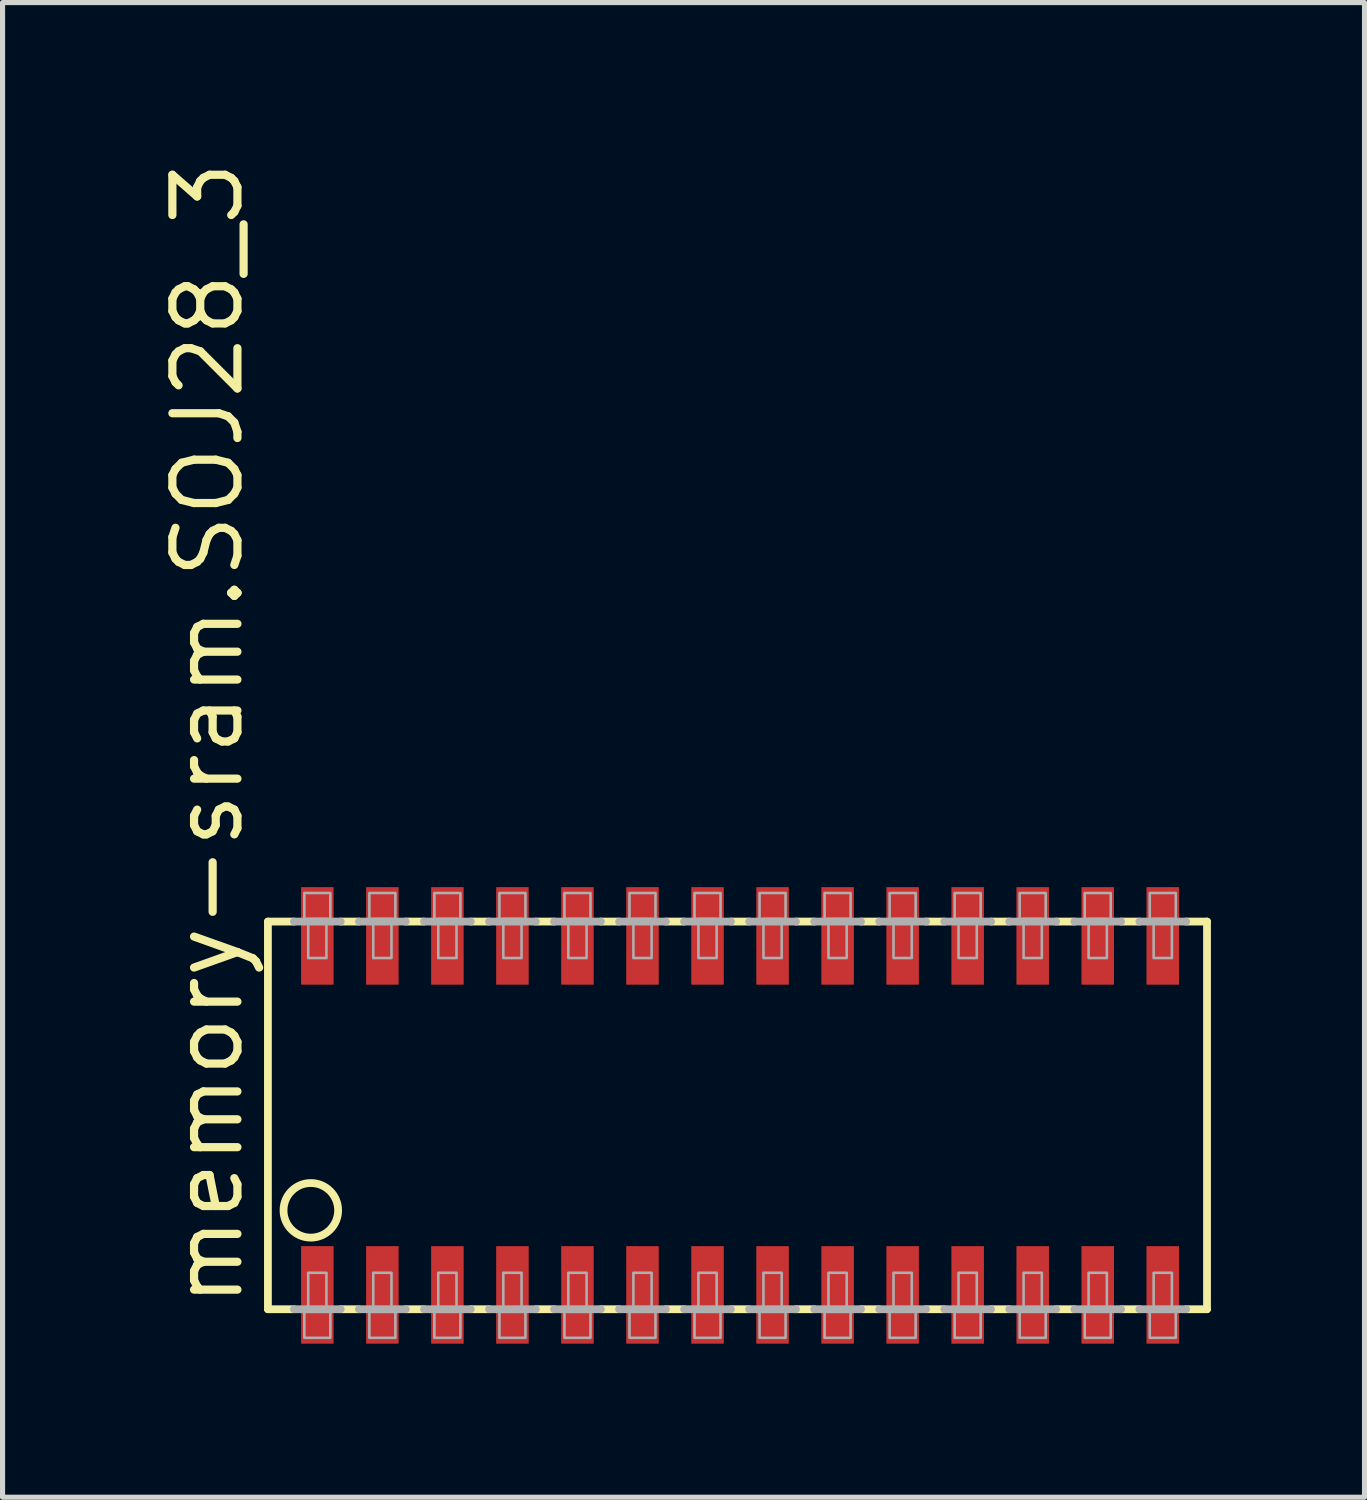
<source format=kicad_pcb>
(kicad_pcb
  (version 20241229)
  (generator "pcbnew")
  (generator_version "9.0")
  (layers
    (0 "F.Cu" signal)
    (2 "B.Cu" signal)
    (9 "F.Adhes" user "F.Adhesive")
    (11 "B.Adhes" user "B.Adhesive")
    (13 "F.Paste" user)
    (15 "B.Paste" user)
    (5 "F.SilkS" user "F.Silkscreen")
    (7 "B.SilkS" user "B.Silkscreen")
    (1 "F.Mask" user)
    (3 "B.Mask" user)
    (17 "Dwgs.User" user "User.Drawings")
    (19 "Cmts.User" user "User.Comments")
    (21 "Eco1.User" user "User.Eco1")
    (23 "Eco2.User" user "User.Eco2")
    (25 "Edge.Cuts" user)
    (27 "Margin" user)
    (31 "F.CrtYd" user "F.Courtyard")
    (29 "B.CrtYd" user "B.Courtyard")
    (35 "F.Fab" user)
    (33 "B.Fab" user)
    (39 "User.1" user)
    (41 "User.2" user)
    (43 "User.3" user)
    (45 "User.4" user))
  (footprint "memory-sram.SOJ28_3"
    (layer "F.Cu")
    (at 11.402 18.732)
    (property "Reference" "memory-sram.SOJ28_3" (at -9.652 3.81 90) (layer "F.SilkS") (effects (font (size 1.27 1.27) (thickness 0.16)) (justify left bottom)))
    (attr smd)
    (fp_line (start -9.22 -3.785) (end -9.22 3.785) (stroke (width 0.152) (type default)) (layer "F.SilkS"))
    (fp_line (start -9.22 -3.785) (end -8.712 -3.785) (stroke (width 0.152) (type default)) (layer "F.SilkS"))
    (fp_line (start -9.22 3.785) (end -8.712 3.785) (stroke (width 0.152) (type default)) (layer "F.SilkS"))
    (fp_line (start -7.798 -3.785) (end -7.442 -3.785) (stroke (width 0.152) (type default)) (layer "F.SilkS"))
    (fp_line (start -7.442 3.785) (end -7.798 3.785) (stroke (width 0.152) (type default)) (layer "F.SilkS"))
    (fp_line (start -6.528 -3.785) (end -6.172 -3.785) (stroke (width 0.152) (type default)) (layer "F.SilkS"))
    (fp_line (start -6.172 3.785) (end -6.528 3.785) (stroke (width 0.152) (type default)) (layer "F.SilkS"))
    (fp_line (start -5.258 -3.785) (end -4.902 -3.785) (stroke (width 0.152) (type default)) (layer "F.SilkS"))
    (fp_line (start -4.902 3.785) (end -5.258 3.785) (stroke (width 0.152) (type default)) (layer "F.SilkS"))
    (fp_line (start -3.988 -3.785) (end -3.632 -3.785) (stroke (width 0.152) (type default)) (layer "F.SilkS"))
    (fp_line (start -3.632 3.785) (end -3.988 3.785) (stroke (width 0.152) (type default)) (layer "F.SilkS"))
    (fp_line (start -2.718 -3.785) (end -2.362 -3.785) (stroke (width 0.152) (type default)) (layer "F.SilkS"))
    (fp_line (start -2.362 3.785) (end -2.718 3.785) (stroke (width 0.152) (type default)) (layer "F.SilkS"))
    (fp_line (start -1.448 -3.785) (end -1.092 -3.785) (stroke (width 0.152) (type default)) (layer "F.SilkS"))
    (fp_line (start -1.092 3.785) (end -1.448 3.785) (stroke (width 0.152) (type default)) (layer "F.SilkS"))
    (fp_line (start -0.178 -3.785) (end 0.178 -3.785) (stroke (width 0.152) (type default)) (layer "F.SilkS"))
    (fp_line (start 0.178 3.785) (end -0.178 3.785) (stroke (width 0.152) (type default)) (layer "F.SilkS"))
    (fp_line (start 1.092 -3.785) (end 1.448 -3.785) (stroke (width 0.152) (type default)) (layer "F.SilkS"))
    (fp_line (start 1.448 3.785) (end 1.092 3.785) (stroke (width 0.152) (type default)) (layer "F.SilkS"))
    (fp_line (start 2.362 -3.785) (end 2.718 -3.785) (stroke (width 0.152) (type default)) (layer "F.SilkS"))
    (fp_line (start 2.718 3.785) (end 2.362 3.785) (stroke (width 0.152) (type default)) (layer "F.SilkS"))
    (fp_line (start 3.632 -3.785) (end 3.988 -3.785) (stroke (width 0.152) (type default)) (layer "F.SilkS"))
    (fp_line (start 3.988 3.785) (end 3.632 3.785) (stroke (width 0.152) (type default)) (layer "F.SilkS"))
    (fp_line (start 4.902 -3.785) (end 5.258 -3.785) (stroke (width 0.152) (type default)) (layer "F.SilkS"))
    (fp_line (start 5.258 3.785) (end 4.902 3.785) (stroke (width 0.152) (type default)) (layer "F.SilkS"))
    (fp_line (start 6.172 -3.785) (end 6.528 -3.785) (stroke (width 0.152) (type default)) (layer "F.SilkS"))
    (fp_line (start 6.528 3.785) (end 6.172 3.785) (stroke (width 0.152) (type default)) (layer "F.SilkS"))
    (fp_line (start 7.442 -3.785) (end 7.798 -3.785) (stroke (width 0.152) (type default)) (layer "F.SilkS"))
    (fp_line (start 7.798 3.785) (end 7.442 3.785) (stroke (width 0.152) (type default)) (layer "F.SilkS"))
    (fp_line (start 9.119 -3.785) (end 8.712 -3.785) (stroke (width 0.152) (type default)) (layer "F.SilkS"))
    (fp_line (start 9.119 3.785) (end 8.712 3.785) (stroke (width 0.152) (type default)) (layer "F.SilkS"))
    (fp_line (start 9.119 3.785) (end 9.119 -3.785) (stroke (width 0.152) (type default)) (layer "F.SilkS"))
    (fp_circle (center -8.382 1.854) (end -7.849 1.854) (stroke (width 0.152) (type default)) (fill no) (layer "F.SilkS"))
    (fp_line (start -8.712 -3.785) (end -7.798 -3.785) (stroke (width 0.152) (type default)) (layer "F.Fab"))
    (fp_line (start -8.712 3.785) (end -7.798 3.785) (stroke (width 0.152) (type default)) (layer "F.Fab"))
    (fp_line (start -7.442 -3.785) (end -6.528 -3.785) (stroke (width 0.152) (type default)) (layer "F.Fab"))
    (fp_line (start -6.528 3.785) (end -7.442 3.785) (stroke (width 0.152) (type default)) (layer "F.Fab"))
    (fp_line (start -6.172 -3.785) (end -5.258 -3.785) (stroke (width 0.152) (type default)) (layer "F.Fab"))
    (fp_line (start -5.258 3.785) (end -6.172 3.785) (stroke (width 0.152) (type default)) (layer "F.Fab"))
    (fp_line (start -4.902 -3.785) (end -3.988 -3.785) (stroke (width 0.152) (type default)) (layer "F.Fab"))
    (fp_line (start -3.988 3.785) (end -4.902 3.785) (stroke (width 0.152) (type default)) (layer "F.Fab"))
    (fp_line (start -3.632 -3.785) (end -2.718 -3.785) (stroke (width 0.152) (type default)) (layer "F.Fab"))
    (fp_line (start -2.718 3.785) (end -3.632 3.785) (stroke (width 0.152) (type default)) (layer "F.Fab"))
    (fp_line (start -2.362 -3.785) (end -1.448 -3.785) (stroke (width 0.152) (type default)) (layer "F.Fab"))
    (fp_line (start -1.448 3.785) (end -2.362 3.785) (stroke (width 0.152) (type default)) (layer "F.Fab"))
    (fp_line (start -1.092 -3.785) (end -0.178 -3.785) (stroke (width 0.152) (type default)) (layer "F.Fab"))
    (fp_line (start -0.178 3.785) (end -1.092 3.785) (stroke (width 0.152) (type default)) (layer "F.Fab"))
    (fp_line (start 0.178 -3.785) (end 1.092 -3.785) (stroke (width 0.152) (type default)) (layer "F.Fab"))
    (fp_line (start 1.092 3.785) (end 0.178 3.785) (stroke (width 0.152) (type default)) (layer "F.Fab"))
    (fp_line (start 1.448 -3.785) (end 2.362 -3.785) (stroke (width 0.152) (type default)) (layer "F.Fab"))
    (fp_line (start 2.362 3.785) (end 1.448 3.785) (stroke (width 0.152) (type default)) (layer "F.Fab"))
    (fp_line (start 2.718 -3.785) (end 3.632 -3.785) (stroke (width 0.152) (type default)) (layer "F.Fab"))
    (fp_line (start 3.632 3.785) (end 2.718 3.785) (stroke (width 0.152) (type default)) (layer "F.Fab"))
    (fp_line (start 3.988 -3.785) (end 4.902 -3.785) (stroke (width 0.152) (type default)) (layer "F.Fab"))
    (fp_line (start 4.902 3.785) (end 3.988 3.785) (stroke (width 0.152) (type default)) (layer "F.Fab"))
    (fp_line (start 5.258 -3.785) (end 6.172 -3.785) (stroke (width 0.152) (type default)) (layer "F.Fab"))
    (fp_line (start 6.172 3.785) (end 5.258 3.785) (stroke (width 0.152) (type default)) (layer "F.Fab"))
    (fp_line (start 6.528 -3.785) (end 7.442 -3.785) (stroke (width 0.152) (type default)) (layer "F.Fab"))
    (fp_line (start 7.442 3.785) (end 6.528 3.785) (stroke (width 0.152) (type default)) (layer "F.Fab"))
    (fp_line (start 8.712 -3.785) (end 7.798 -3.785) (stroke (width 0.152) (type default)) (layer "F.Fab"))
    (fp_line (start 8.712 3.785) (end 7.798 3.785) (stroke (width 0.152) (type default)) (layer "F.Fab"))
    (fp_rect (start -8.509 -3.835) (end -8.001 -4.343) (stroke (width 0.05) (type default)) (fill no) (layer "F.Fab"))
    (fp_rect (start -8.509 4.343) (end -8.001 3.835) (stroke (width 0.05) (type default)) (fill no) (layer "F.Fab"))
    (fp_rect (start -8.433 -3.073) (end -8.077 -3.835) (stroke (width 0.05) (type default)) (fill no) (layer "F.Fab"))
    (fp_rect (start -8.433 3.835) (end -8.077 3.073) (stroke (width 0.05) (type default)) (fill no) (layer "F.Fab"))
    (fp_rect (start -7.239 -3.835) (end -6.731 -4.343) (stroke (width 0.05) (type default)) (fill no) (layer "F.Fab"))
    (fp_rect (start -7.239 4.343) (end -6.731 3.835) (stroke (width 0.05) (type default)) (fill no) (layer "F.Fab"))
    (fp_rect (start -7.163 -3.073) (end -6.807 -3.835) (stroke (width 0.05) (type default)) (fill no) (layer "F.Fab"))
    (fp_rect (start -7.163 3.835) (end -6.807 3.073) (stroke (width 0.05) (type default)) (fill no) (layer "F.Fab"))
    (fp_rect (start -5.969 -3.835) (end -5.461 -4.343) (stroke (width 0.05) (type default)) (fill no) (layer "F.Fab"))
    (fp_rect (start -5.969 4.343) (end -5.461 3.835) (stroke (width 0.05) (type default)) (fill no) (layer "F.Fab"))
    (fp_rect (start -5.893 -3.073) (end -5.537 -3.835) (stroke (width 0.05) (type default)) (fill no) (layer "F.Fab"))
    (fp_rect (start -5.893 3.835) (end -5.537 3.073) (stroke (width 0.05) (type default)) (fill no) (layer "F.Fab"))
    (fp_rect (start -4.699 -3.835) (end -4.191 -4.343) (stroke (width 0.05) (type default)) (fill no) (layer "F.Fab"))
    (fp_rect (start -4.699 4.343) (end -4.191 3.835) (stroke (width 0.05) (type default)) (fill no) (layer "F.Fab"))
    (fp_rect (start -4.623 -3.073) (end -4.267 -3.835) (stroke (width 0.05) (type default)) (fill no) (layer "F.Fab"))
    (fp_rect (start -4.623 3.835) (end -4.267 3.073) (stroke (width 0.05) (type default)) (fill no) (layer "F.Fab"))
    (fp_rect (start -3.429 -3.835) (end -2.921 -4.343) (stroke (width 0.05) (type default)) (fill no) (layer "F.Fab"))
    (fp_rect (start -3.429 4.343) (end -2.921 3.835) (stroke (width 0.05) (type default)) (fill no) (layer "F.Fab"))
    (fp_rect (start -3.353 -3.073) (end -2.997 -3.835) (stroke (width 0.05) (type default)) (fill no) (layer "F.Fab"))
    (fp_rect (start -3.353 3.835) (end -2.997 3.073) (stroke (width 0.05) (type default)) (fill no) (layer "F.Fab"))
    (fp_rect (start -2.159 -3.835) (end -1.651 -4.343) (stroke (width 0.05) (type default)) (fill no) (layer "F.Fab"))
    (fp_rect (start -2.159 4.343) (end -1.651 3.835) (stroke (width 0.05) (type default)) (fill no) (layer "F.Fab"))
    (fp_rect (start -2.083 -3.073) (end -1.727 -3.835) (stroke (width 0.05) (type default)) (fill no) (layer "F.Fab"))
    (fp_rect (start -2.083 3.835) (end -1.727 3.073) (stroke (width 0.05) (type default)) (fill no) (layer "F.Fab"))
    (fp_rect (start -0.889 -3.835) (end -0.381 -4.343) (stroke (width 0.05) (type default)) (fill no) (layer "F.Fab"))
    (fp_rect (start -0.889 4.343) (end -0.381 3.835) (stroke (width 0.05) (type default)) (fill no) (layer "F.Fab"))
    (fp_rect (start -0.813 -3.073) (end -0.457 -3.835) (stroke (width 0.05) (type default)) (fill no) (layer "F.Fab"))
    (fp_rect (start -0.813 3.835) (end -0.457 3.073) (stroke (width 0.05) (type default)) (fill no) (layer "F.Fab"))
    (fp_rect (start 0.381 -3.835) (end 0.889 -4.343) (stroke (width 0.05) (type default)) (fill no) (layer "F.Fab"))
    (fp_rect (start 0.381 4.343) (end 0.889 3.835) (stroke (width 0.05) (type default)) (fill no) (layer "F.Fab"))
    (fp_rect (start 0.457 -3.073) (end 0.813 -3.835) (stroke (width 0.05) (type default)) (fill no) (layer "F.Fab"))
    (fp_rect (start 0.457 3.835) (end 0.813 3.073) (stroke (width 0.05) (type default)) (fill no) (layer "F.Fab"))
    (fp_rect (start 1.651 -3.835) (end 2.159 -4.343) (stroke (width 0.05) (type default)) (fill no) (layer "F.Fab"))
    (fp_rect (start 1.651 4.343) (end 2.159 3.835) (stroke (width 0.05) (type default)) (fill no) (layer "F.Fab"))
    (fp_rect (start 1.727 -3.073) (end 2.083 -3.835) (stroke (width 0.05) (type default)) (fill no) (layer "F.Fab"))
    (fp_rect (start 1.727 3.835) (end 2.083 3.073) (stroke (width 0.05) (type default)) (fill no) (layer "F.Fab"))
    (fp_rect (start 2.921 -3.835) (end 3.429 -4.343) (stroke (width 0.05) (type default)) (fill no) (layer "F.Fab"))
    (fp_rect (start 2.921 4.343) (end 3.429 3.835) (stroke (width 0.05) (type default)) (fill no) (layer "F.Fab"))
    (fp_rect (start 2.997 -3.073) (end 3.353 -3.835) (stroke (width 0.05) (type default)) (fill no) (layer "F.Fab"))
    (fp_rect (start 2.997 3.835) (end 3.353 3.073) (stroke (width 0.05) (type default)) (fill no) (layer "F.Fab"))
    (fp_rect (start 4.191 -3.835) (end 4.699 -4.343) (stroke (width 0.05) (type default)) (fill no) (layer "F.Fab"))
    (fp_rect (start 4.191 4.343) (end 4.699 3.835) (stroke (width 0.05) (type default)) (fill no) (layer "F.Fab"))
    (fp_rect (start 4.267 -3.073) (end 4.623 -3.835) (stroke (width 0.05) (type default)) (fill no) (layer "F.Fab"))
    (fp_rect (start 4.267 3.835) (end 4.623 3.073) (stroke (width 0.05) (type default)) (fill no) (layer "F.Fab"))
    (fp_rect (start 5.461 -3.835) (end 5.969 -4.343) (stroke (width 0.05) (type default)) (fill no) (layer "F.Fab"))
    (fp_rect (start 5.461 4.343) (end 5.969 3.835) (stroke (width 0.05) (type default)) (fill no) (layer "F.Fab"))
    (fp_rect (start 5.537 -3.073) (end 5.893 -3.835) (stroke (width 0.05) (type default)) (fill no) (layer "F.Fab"))
    (fp_rect (start 5.537 3.835) (end 5.893 3.073) (stroke (width 0.05) (type default)) (fill no) (layer "F.Fab"))
    (fp_rect (start 6.731 -3.835) (end 7.239 -4.343) (stroke (width 0.05) (type default)) (fill no) (layer "F.Fab"))
    (fp_rect (start 6.731 4.343) (end 7.239 3.835) (stroke (width 0.05) (type default)) (fill no) (layer "F.Fab"))
    (fp_rect (start 6.807 -3.073) (end 7.163 -3.835) (stroke (width 0.05) (type default)) (fill no) (layer "F.Fab"))
    (fp_rect (start 6.807 3.835) (end 7.163 3.073) (stroke (width 0.05) (type default)) (fill no) (layer "F.Fab"))
    (fp_rect (start 8.001 -3.835) (end 8.509 -4.343) (stroke (width 0.05) (type default)) (fill no) (layer "F.Fab"))
    (fp_rect (start 8.001 4.343) (end 8.509 3.835) (stroke (width 0.05) (type default)) (fill no) (layer "F.Fab"))
    (fp_rect (start 8.077 -3.073) (end 8.433 -3.835) (stroke (width 0.05) (type default)) (fill no) (layer "F.Fab"))
    (fp_rect (start 8.077 3.835) (end 8.433 3.073) (stroke (width 0.05) (type default)) (fill no) (layer "F.Fab"))
    (pad "1" smd roundrect (at -8.255 3.505) (size 0.635 1.905) (layers "F.Cu" "F.Mask" "F.Paste") (roundrect_rratio 0.01))
    (pad "2" smd roundrect (at -6.985 3.505) (size 0.635 1.905) (layers "F.Cu" "F.Mask" "F.Paste") (roundrect_rratio 0.01))
    (pad "3" smd roundrect (at -5.715 3.505) (size 0.635 1.905) (layers "F.Cu" "F.Mask" "F.Paste") (roundrect_rratio 0.01))
    (pad "4" smd roundrect (at -4.445 3.505) (size 0.635 1.905) (layers "F.Cu" "F.Mask" "F.Paste") (roundrect_rratio 0.01))
    (pad "5" smd roundrect (at -3.175 3.505) (size 0.635 1.905) (layers "F.Cu" "F.Mask" "F.Paste") (roundrect_rratio 0.01))
    (pad "6" smd roundrect (at -1.905 3.505) (size 0.635 1.905) (layers "F.Cu" "F.Mask" "F.Paste") (roundrect_rratio 0.01))
    (pad "7" smd roundrect (at -0.635 3.505) (size 0.635 1.905) (layers "F.Cu" "F.Mask" "F.Paste") (roundrect_rratio 0.01))
    (pad "8" smd roundrect (at 0.635 3.505) (size 0.635 1.905) (layers "F.Cu" "F.Mask" "F.Paste") (roundrect_rratio 0.01))
    (pad "9" smd roundrect (at 1.905 3.505) (size 0.635 1.905) (layers "F.Cu" "F.Mask" "F.Paste") (roundrect_rratio 0.01))
    (pad "10" smd roundrect (at 3.175 3.505) (size 0.635 1.905) (layers "F.Cu" "F.Mask" "F.Paste") (roundrect_rratio 0.01))
    (pad "11" smd roundrect (at 4.445 3.505) (size 0.635 1.905) (layers "F.Cu" "F.Mask" "F.Paste") (roundrect_rratio 0.01))
    (pad "12" smd roundrect (at 5.715 3.505) (size 0.635 1.905) (layers "F.Cu" "F.Mask" "F.Paste") (roundrect_rratio 0.01))
    (pad "13" smd roundrect (at 6.985 3.505) (size 0.635 1.905) (layers "F.Cu" "F.Mask" "F.Paste") (roundrect_rratio 0.01))
    (pad "14" smd roundrect (at 8.255 3.505) (size 0.635 1.905) (layers "F.Cu" "F.Mask" "F.Paste") (roundrect_rratio 0.01))
    (pad "15" smd roundrect (at 8.255 -3.505) (size 0.635 1.905) (layers "F.Cu" "F.Mask" "F.Paste") (roundrect_rratio 0.01))
    (pad "16" smd roundrect (at 6.985 -3.505) (size 0.635 1.905) (layers "F.Cu" "F.Mask" "F.Paste") (roundrect_rratio 0.01))
    (pad "17" smd roundrect (at 5.715 -3.505) (size 0.635 1.905) (layers "F.Cu" "F.Mask" "F.Paste") (roundrect_rratio 0.01))
    (pad "18" smd roundrect (at 4.445 -3.505) (size 0.635 1.905) (layers "F.Cu" "F.Mask" "F.Paste") (roundrect_rratio 0.01))
    (pad "19" smd roundrect (at 3.175 -3.505) (size 0.635 1.905) (layers "F.Cu" "F.Mask" "F.Paste") (roundrect_rratio 0.01))
    (pad "20" smd roundrect (at 1.905 -3.505) (size 0.635 1.905) (layers "F.Cu" "F.Mask" "F.Paste") (roundrect_rratio 0.01))
    (pad "21" smd roundrect (at 0.635 -3.505) (size 0.635 1.905) (layers "F.Cu" "F.Mask" "F.Paste") (roundrect_rratio 0.01))
    (pad "22" smd roundrect (at -0.635 -3.505) (size 0.635 1.905) (layers "F.Cu" "F.Mask" "F.Paste") (roundrect_rratio 0.01))
    (pad "23" smd roundrect (at -1.905 -3.505) (size 0.635 1.905) (layers "F.Cu" "F.Mask" "F.Paste") (roundrect_rratio 0.01))
    (pad "24" smd roundrect (at -3.175 -3.505) (size 0.635 1.905) (layers "F.Cu" "F.Mask" "F.Paste") (roundrect_rratio 0.01))
    (pad "25" smd roundrect (at -4.445 -3.505) (size 0.635 1.905) (layers "F.Cu" "F.Mask" "F.Paste") (roundrect_rratio 0.01))
    (pad "26" smd roundrect (at -5.715 -3.505) (size 0.635 1.905) (layers "F.Cu" "F.Mask" "F.Paste") (roundrect_rratio 0.01))
    (pad "27" smd roundrect (at -6.985 -3.505) (size 0.635 1.905) (layers "F.Cu" "F.Mask" "F.Paste") (roundrect_rratio 0.01))
    (pad "28" smd roundrect (at -8.255 -3.505) (size 0.635 1.905) (layers "F.Cu" "F.Mask" "F.Paste") (roundrect_rratio 0.01)))
  (gr_rect
    (start -3 -3)
    (end 23.597 26.189)
    (stroke (width 0.1) (type default))
    (fill no)
    (layer "Edge.Cuts")))
</source>
